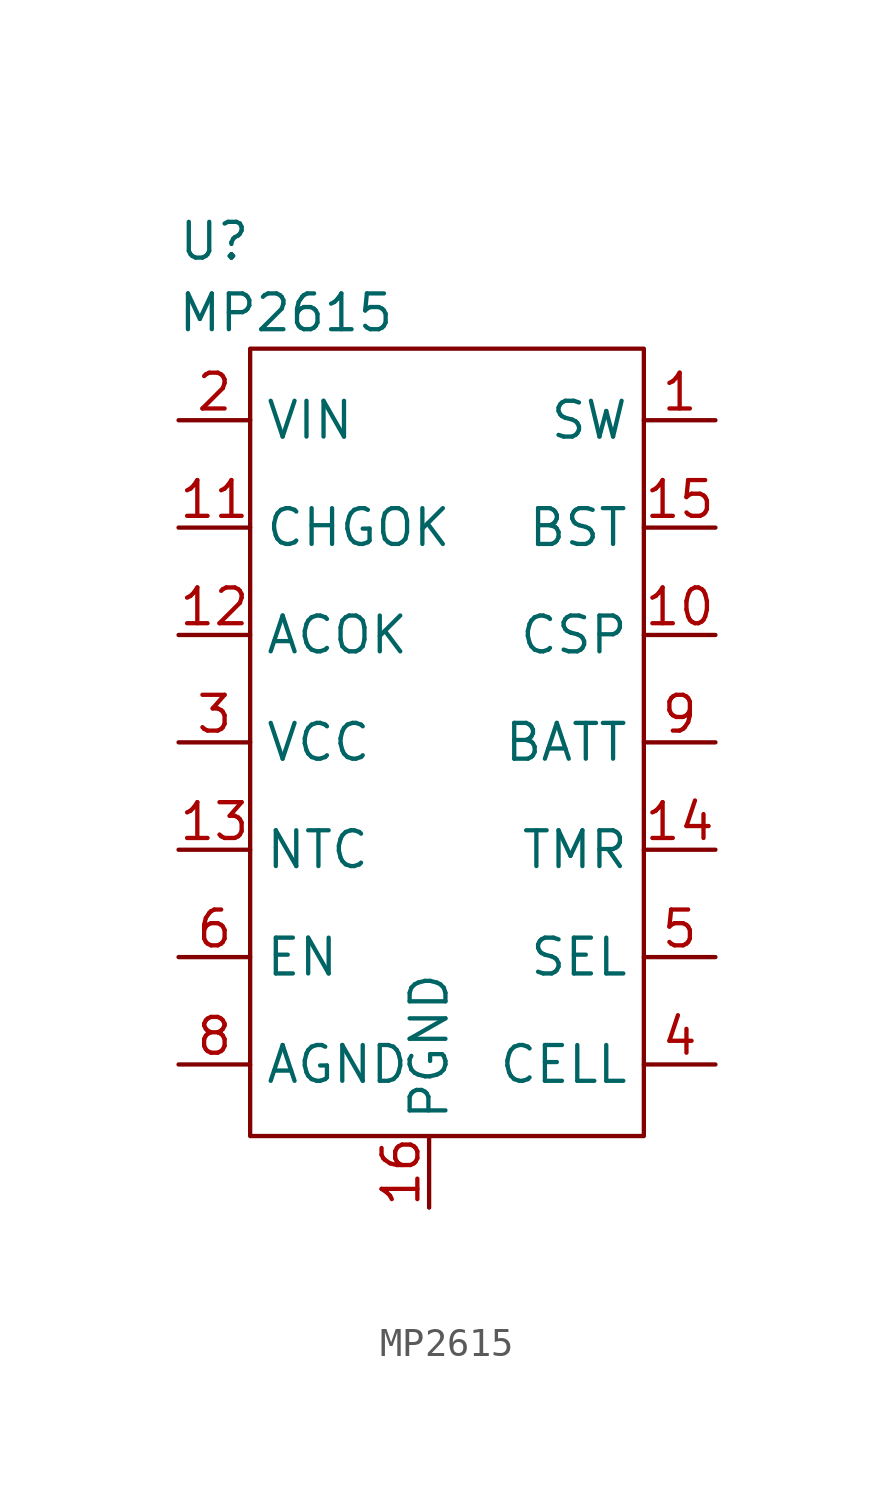
<source format=kicad_sym>
(kicad_symbol_lib
  (version 20211014)
  (generator kicad_symbol_editor)
  (symbol "MP2615"
    (property "Reference" "U"
      (at -2.54 2.54 0)
      (effects (font (size 1.27 1.27))))
    (property "Value" "MP2615"
      (at 0 0 0)
      (effects (font (size 1.27 1.27))))
    (symbol "MP2615_0_1"
      (rectangle (start -1.27 -29.21) (end 12.7 -1.27) (stroke (width 0) (type default) (color 0 0 0 0)) (fill (type none))))
    (symbol "MP2615_1_1"
      (pin unspecified line (at 15.24 -3.81 180) (length 2.54) (name "SW" (effects (font (size 1.27 1.27)))) (number "1" (effects (font (size 1.27 1.27)))))
      (pin unspecified line (at 15.24 -11.43 180) (length 2.54) (name "CSP" (effects (font (size 1.27 1.27)))) (number "10" (effects (font (size 1.27 1.27)))))
      (pin input line (at -3.81 -7.62 0) (length 2.54) (name "CHGOK" (effects (font (size 1.27 1.27)))) (number "11" (effects (font (size 1.27 1.27)))))
      (pin input line (at -3.81 -11.43 0) (length 2.54) (name "ACOK" (effects (font (size 1.27 1.27)))) (number "12" (effects (font (size 1.27 1.27)))))
      (pin input line (at -3.81 -19.05 0) (length 2.54) (name "NTC" (effects (font (size 1.27 1.27)))) (number "13" (effects (font (size 1.27 1.27)))))
      (pin unspecified line (at 15.24 -19.05 180) (length 2.54) (name "TMR" (effects (font (size 1.27 1.27)))) (number "14" (effects (font (size 1.27 1.27)))))
      (pin unspecified line (at 15.24 -7.62 180) (length 2.54) (name "BST" (effects (font (size 1.27 1.27)))) (number "15" (effects (font (size 1.27 1.27)))))
      (pin unspecified line (at 5.08 -31.75 90) (length 2.54) (name "PGND" (effects (font (size 1.27 1.27)))) (number "16" (effects (font (size 1.27 1.27)))))
      (pin input line (at -3.81 -3.81 0) (length 2.54) (name "VIN" (effects (font (size 1.27 1.27)))) (number "2" (effects (font (size 1.27 1.27)))))
      (pin input line (at -3.81 -15.24 0) (length 2.54) (name "VCC" (effects (font (size 1.27 1.27)))) (number "3" (effects (font (size 1.27 1.27)))))
      (pin unspecified line (at 15.24 -26.67 180) (length 2.54) (name "CELL" (effects (font (size 1.27 1.27)))) (number "4" (effects (font (size 1.27 1.27)))))
      (pin unspecified line (at 15.24 -22.86 180) (length 2.54) (name "SEL" (effects (font (size 1.27 1.27)))) (number "5" (effects (font (size 1.27 1.27)))))
      (pin input line (at -3.81 -22.86 0) (length 2.54) (name "EN" (effects (font (size 1.27 1.27)))) (number "6" (effects (font (size 1.27 1.27)))))
      (pin input line (at -3.81 -26.67 0) (length 2.54) (name "AGND" (effects (font (size 1.27 1.27)))) (number "8" (effects (font (size 1.27 1.27)))))
      (pin unspecified line (at 15.24 -15.24 180) (length 2.54) (name "BATT" (effects (font (size 1.27 1.27)))) (number "9" (effects (font (size 1.27 1.27))))))))
</source>
